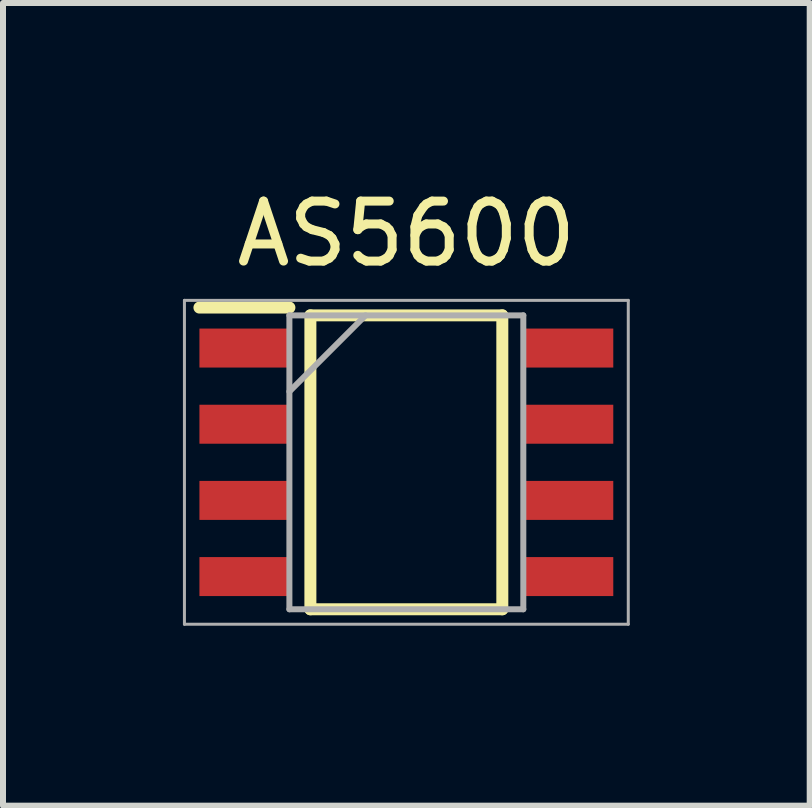
<source format=kicad_pcb>
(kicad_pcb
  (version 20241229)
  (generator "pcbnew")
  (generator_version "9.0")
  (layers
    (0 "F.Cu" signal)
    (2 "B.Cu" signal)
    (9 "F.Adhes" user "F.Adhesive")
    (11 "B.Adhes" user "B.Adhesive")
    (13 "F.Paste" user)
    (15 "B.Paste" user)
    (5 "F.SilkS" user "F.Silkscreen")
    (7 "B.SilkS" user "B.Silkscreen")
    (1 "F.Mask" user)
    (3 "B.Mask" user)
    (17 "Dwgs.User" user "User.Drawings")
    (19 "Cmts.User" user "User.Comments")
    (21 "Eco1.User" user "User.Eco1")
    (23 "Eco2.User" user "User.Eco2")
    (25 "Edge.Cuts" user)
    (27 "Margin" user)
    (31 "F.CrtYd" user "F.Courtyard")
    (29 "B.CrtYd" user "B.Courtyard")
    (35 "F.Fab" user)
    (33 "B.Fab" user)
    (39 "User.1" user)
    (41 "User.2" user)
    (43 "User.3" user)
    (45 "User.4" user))
  (footprint "AS5600"
    (layer "F.Cu")
    (at 3.725 4.658)
    (property "Reference" "AS5600" (at 0 -3.81 0) (layer "F.SilkS") (effects (font (size 1 1) (thickness 0.15))))
    (attr smd)
    (fp_line (start -3.45 -2.58) (end -1.95 -2.58) (stroke (width 0.2) (type solid)) (layer "F.SilkS"))
    (fp_line (start -1.6 -2.45) (end 1.6 -2.45) (stroke (width 0.2) (type solid)) (layer "F.SilkS"))
    (fp_line (start -1.6 2.45) (end -1.6 -2.45) (stroke (width 0.2) (type solid)) (layer "F.SilkS"))
    (fp_line (start 1.6 -2.45) (end 1.6 2.45) (stroke (width 0.2) (type solid)) (layer "F.SilkS"))
    (fp_line (start 1.6 2.45) (end -1.6 2.45) (stroke (width 0.2) (type solid)) (layer "F.SilkS"))
    (fp_line (start -3.7 -2.7) (end 3.7 -2.7) (stroke (width 0.05) (type solid)) (layer "F.Fab"))
    (fp_line (start -3.7 2.7) (end -3.7 -2.7) (stroke (width 0.05) (type solid)) (layer "F.Fab"))
    (fp_line (start -1.95 -2.45) (end 1.95 -2.45) (stroke (width 0.1) (type solid)) (layer "F.Fab"))
    (fp_line (start -1.95 -1.18) (end -0.68 -2.45) (stroke (width 0.1) (type solid)) (layer "F.Fab"))
    (fp_line (start -1.95 2.45) (end -1.95 -2.45) (stroke (width 0.1) (type solid)) (layer "F.Fab"))
    (fp_line (start 1.95 -2.45) (end 1.95 2.45) (stroke (width 0.1) (type solid)) (layer "F.Fab"))
    (fp_line (start 1.95 2.45) (end -1.95 2.45) (stroke (width 0.1) (type solid)) (layer "F.Fab"))
    (fp_line (start 3.7 -2.7) (end 3.7 2.7) (stroke (width 0.05) (type solid)) (layer "F.Fab"))
    (fp_line (start 3.7 2.7) (end -3.7 2.7) (stroke (width 0.05) (type solid)) (layer "F.Fab"))
    (pad "1" smd rect (at -2.7 -1.905) (size 1.5 0.65) (layers "F.Cu" "F.Mask" "F.Paste"))
    (pad "2" smd rect (at -2.7 -0.635) (size 1.5 0.65) (layers "F.Cu" "F.Mask" "F.Paste"))
    (pad "3" smd rect (at -2.7 0.635) (size 1.5 0.65) (layers "F.Cu" "F.Mask" "F.Paste"))
    (pad "4" smd rect (at -2.7 1.905) (size 1.5 0.65) (layers "F.Cu" "F.Mask" "F.Paste"))
    (pad "5" smd rect (at 2.7 1.905) (size 1.5 0.65) (layers "F.Cu" "F.Mask" "F.Paste"))
    (pad "6" smd rect (at 2.7 0.635) (size 1.5 0.65) (layers "F.Cu" "F.Mask" "F.Paste"))
    (pad "7" smd rect (at 2.7 -0.635) (size 1.5 0.65) (layers "F.Cu" "F.Mask" "F.Paste"))
    (pad "8" smd rect (at 2.7 -1.905) (size 1.5 0.65) (layers "F.Cu" "F.Mask" "F.Paste")))
  (gr_rect
    (start -3 -3)
    (end 10.45 10.383)
    (stroke (width 0.1) (type default))
    (fill no)
    (layer "Edge.Cuts")))
</source>
